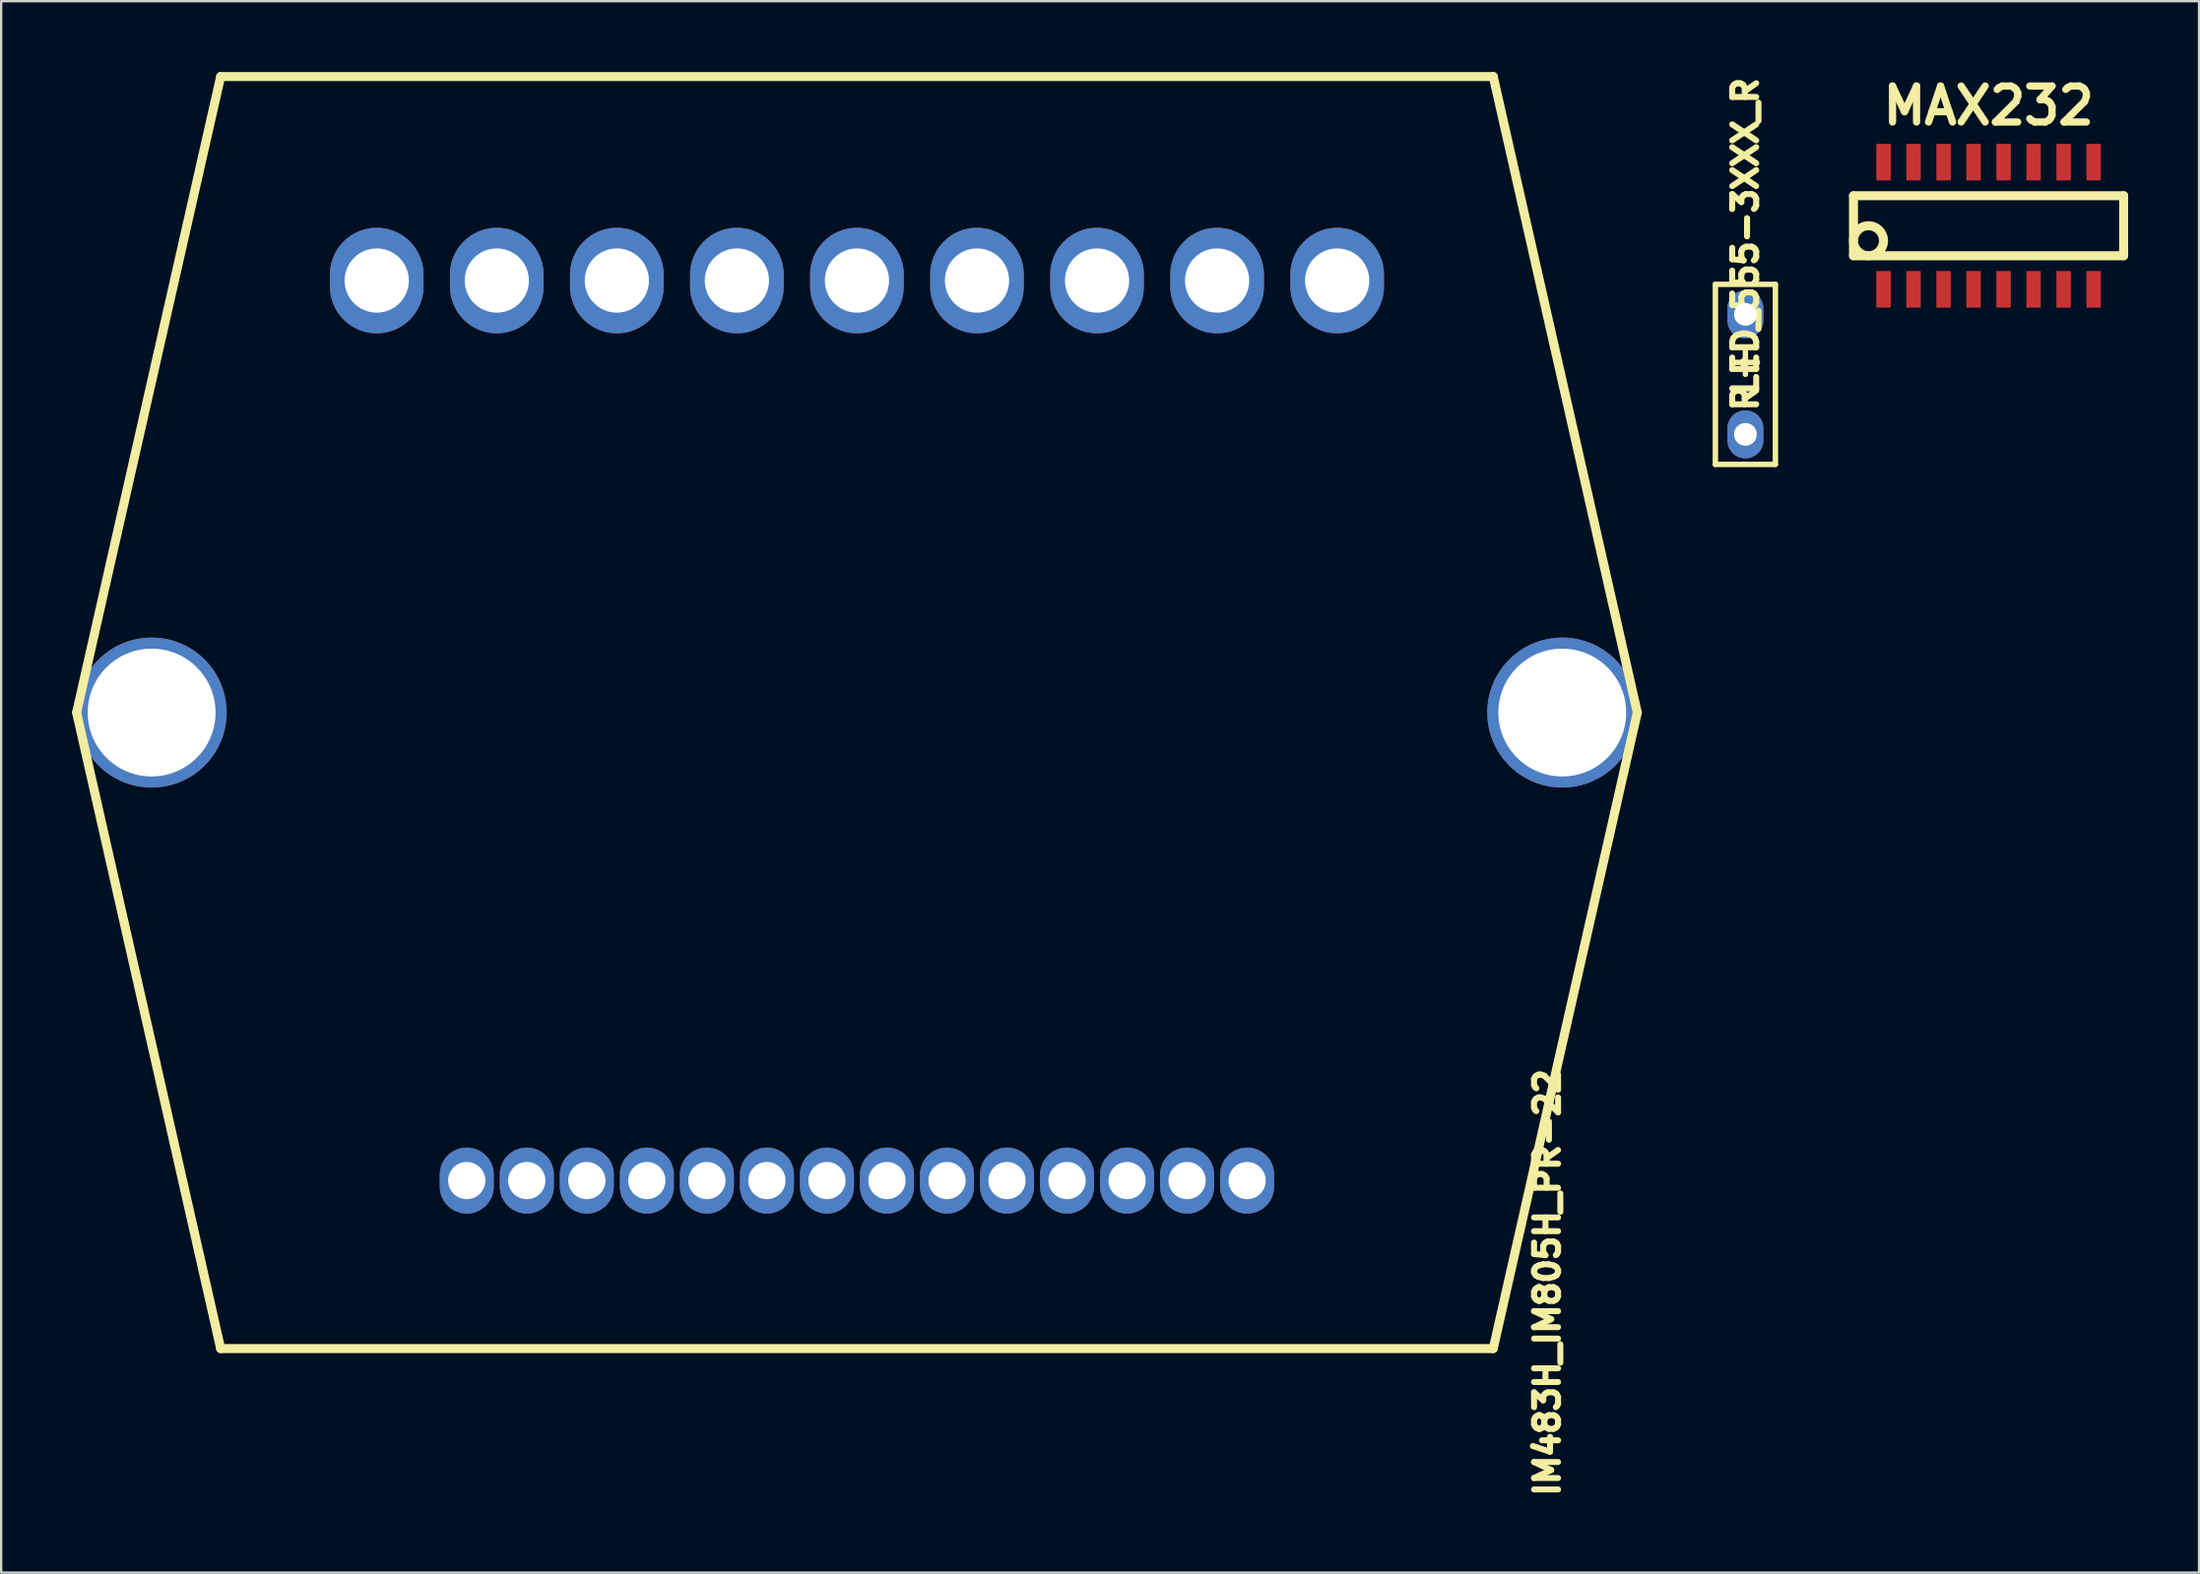
<source format=kicad_pcb>
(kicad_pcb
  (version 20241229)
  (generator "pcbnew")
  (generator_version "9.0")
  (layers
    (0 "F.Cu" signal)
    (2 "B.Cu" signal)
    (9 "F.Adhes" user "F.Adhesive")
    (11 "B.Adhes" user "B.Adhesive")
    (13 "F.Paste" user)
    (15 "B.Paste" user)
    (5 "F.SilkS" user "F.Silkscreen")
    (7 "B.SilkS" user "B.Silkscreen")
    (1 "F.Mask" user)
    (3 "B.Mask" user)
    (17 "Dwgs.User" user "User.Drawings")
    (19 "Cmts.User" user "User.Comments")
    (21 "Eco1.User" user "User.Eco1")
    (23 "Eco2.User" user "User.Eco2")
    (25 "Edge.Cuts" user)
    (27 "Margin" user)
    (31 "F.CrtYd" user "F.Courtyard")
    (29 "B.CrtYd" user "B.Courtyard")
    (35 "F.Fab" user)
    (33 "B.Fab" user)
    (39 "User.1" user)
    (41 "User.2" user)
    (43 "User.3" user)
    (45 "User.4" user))
  (footprint "IM483H_IM805H_PR-22"
    (layer "F.Cu")
    (at 33.211 27.114)
    (property "Reference" "IM483H_IM805H_PR-22" (at 29.21 24.13 90) (layer "F.SilkS") (effects (font (size 1.016 1.016) (thickness 0.254))))
    (attr through_hole)
    (fp_line (start -33.02 0) (end -26.924 -26.924) (stroke (width 0.381) (type solid)) (layer "F.SilkS"))
    (fp_line (start -26.924 -26.924) (end 26.924 -26.924) (stroke (width 0.381) (type solid)) (layer "F.SilkS"))
    (fp_line (start -26.924 26.924) (end -33.02 0) (stroke (width 0.381) (type solid)) (layer "F.SilkS"))
    (fp_line (start 26.924 -26.924) (end 33.02 0) (stroke (width 0.381) (type solid)) (layer "F.SilkS"))
    (fp_line (start 26.924 26.924) (end -26.924 26.924) (stroke (width 0.381) (type solid)) (layer "F.SilkS"))
    (fp_line (start 33.02 0) (end 26.924 26.924) (stroke (width 0.381) (type solid)) (layer "F.SilkS"))
    (pad "" np_thru_hole circle (at -29.845 0) (size 6.35 6.35) (drill 5.41) (layers "*.Cu" "*.Mask"))
    (pad "" np_thru_hole circle (at 29.845 0) (size 6.35 6.35) (drill 5.41) (layers "*.Cu" "*.Mask"))
    (pad "1_1" thru_hole oval (at 16.51 19.812) (size 2.286 2.794) (drill 1.575) (layers "*.Cu" "*.Mask"))
    (pad "1_2" thru_hole oval (at 13.97 19.812) (size 2.286 2.794) (drill 1.575) (layers "*.Cu" "*.Mask"))
    (pad "1_3" thru_hole oval (at 11.43 19.812) (size 2.286 2.794) (drill 1.575) (layers "*.Cu" "*.Mask"))
    (pad "1_4" thru_hole oval (at 8.89 19.812) (size 2.286 2.794) (drill 1.575) (layers "*.Cu" "*.Mask"))
    (pad "1_5" thru_hole oval (at 6.35 19.812) (size 2.286 2.794) (drill 1.575) (layers "*.Cu" "*.Mask"))
    (pad "1_6" thru_hole oval (at 3.81 19.812) (size 2.286 2.794) (drill 1.575) (layers "*.Cu" "*.Mask"))
    (pad "1_7" thru_hole oval (at 1.27 19.812) (size 2.286 2.794) (drill 1.575) (layers "*.Cu" "*.Mask"))
    (pad "1_8" thru_hole oval (at -1.27 19.812) (size 2.286 2.794) (drill 1.575) (layers "*.Cu" "*.Mask"))
    (pad "1_9" thru_hole oval (at -3.81 19.812) (size 2.286 2.794) (drill 1.575) (layers "*.Cu" "*.Mask"))
    (pad "1_10" thru_hole oval (at -6.35 19.812) (size 2.286 2.794) (drill 1.575) (layers "*.Cu" "*.Mask"))
    (pad "1_11" thru_hole oval (at -8.89 19.812) (size 2.286 2.794) (drill 1.575) (layers "*.Cu" "*.Mask"))
    (pad "1_12" thru_hole oval (at -11.43 19.812) (size 2.286 2.794) (drill 1.575) (layers "*.Cu" "*.Mask"))
    (pad "1_13" thru_hole oval (at -13.97 19.812) (size 2.286 2.794) (drill 1.575) (layers "*.Cu" "*.Mask"))
    (pad "1_14" thru_hole oval (at -16.51 19.812) (size 2.286 2.794) (drill 1.575) (layers "*.Cu" "*.Mask"))
    (pad "2_1" thru_hole oval (at -20.32 -18.288) (size 3.962 4.47) (drill 2.718) (layers "*.Cu" "*.Mask"))
    (pad "2_2" thru_hole oval (at -15.24 -18.288) (size 3.962 4.47) (drill 2.718) (layers "*.Cu" "*.Mask"))
    (pad "2_3" thru_hole oval (at -10.16 -18.288) (size 3.962 4.47) (drill 2.718) (layers "*.Cu" "*.Mask"))
    (pad "2_4" thru_hole oval (at -5.08 -18.288) (size 3.962 4.47) (drill 2.718) (layers "*.Cu" "*.Mask"))
    (pad "2_5" thru_hole oval (at 0 -18.288) (size 3.962 4.47) (drill 2.718) (layers "*.Cu" "*.Mask"))
    (pad "2_6" thru_hole oval (at 5.08 -18.288) (size 3.962 4.47) (drill 2.718) (layers "*.Cu" "*.Mask"))
    (pad "2_7" thru_hole oval (at 10.16 -18.288) (size 3.962 4.47) (drill 2.718) (layers "*.Cu" "*.Mask"))
    (pad "2_8" thru_hole oval (at 15.24 -18.288) (size 3.962 4.47) (drill 2.718) (layers "*.Cu" "*.Mask"))
    (pad "2_9" thru_hole oval (at 20.32 -18.288) (size 3.962 4.47) (drill 2.718) (layers "*.Cu" "*.Mask")))
  (footprint "MAX232"
    (layer "F.Cu")
    (at 81.095 6.506)
    (property "Reference" "MAX232" (at 0 -5.08 0) (layer "F.SilkS") (effects (font (size 1.524 1.524) (thickness 0.305))))
    (attr through_hole)
    (fp_line (start -5.715 -1.27) (end -5.715 1.27) (stroke (width 0.381) (type solid)) (layer "F.SilkS"))
    (fp_line (start -5.715 1.27) (end 5.715 1.27) (stroke (width 0.381) (type solid)) (layer "F.SilkS"))
    (fp_line (start 5.715 -1.27) (end -5.715 -1.27) (stroke (width 0.381) (type solid)) (layer "F.SilkS"))
    (fp_line (start 5.715 1.27) (end 5.715 -1.27) (stroke (width 0.381) (type solid)) (layer "F.SilkS"))
    (fp_circle (center -5.08 0.635) (end -5.08 0) (stroke (width 0.381) (type solid)) (fill no) (layer "F.SilkS"))
    (pad "1" smd rect (at -4.445 2.692) (size 0.61 1.549) (layers "F.Cu" "F.Mask" "F.Paste"))
    (pad "2" smd rect (at -3.175 2.692) (size 0.61 1.549) (layers "F.Cu" "F.Mask" "F.Paste"))
    (pad "3" smd rect (at -1.905 2.692) (size 0.61 1.549) (layers "F.Cu" "F.Mask" "F.Paste"))
    (pad "4" smd rect (at -0.635 2.692) (size 0.61 1.549) (layers "F.Cu" "F.Mask" "F.Paste"))
    (pad "5" smd rect (at 0.635 2.692) (size 0.61 1.549) (layers "F.Cu" "F.Mask" "F.Paste"))
    (pad "6" smd rect (at 1.905 2.692) (size 0.61 1.549) (layers "F.Cu" "F.Mask" "F.Paste"))
    (pad "7" smd rect (at 3.175 2.692) (size 0.61 1.549) (layers "F.Cu" "F.Mask" "F.Paste"))
    (pad "8" smd rect (at 4.445 2.692) (size 0.61 1.549) (layers "F.Cu" "F.Mask" "F.Paste"))
    (pad "9" smd rect (at 4.445 -2.692) (size 0.61 1.549) (layers "F.Cu" "F.Mask" "F.Paste"))
    (pad "10" smd rect (at 3.175 -2.692) (size 0.61 1.549) (layers "F.Cu" "F.Mask" "F.Paste"))
    (pad "11" smd rect (at 1.905 -2.692) (size 0.61 1.549) (layers "F.Cu" "F.Mask" "F.Paste"))
    (pad "12" smd rect (at 0.635 -2.692) (size 0.61 1.549) (layers "F.Cu" "F.Mask" "F.Paste"))
    (pad "13" smd rect (at -0.635 -2.692) (size 0.61 1.549) (layers "F.Cu" "F.Mask" "F.Paste"))
    (pad "14" smd rect (at -1.905 -2.692) (size 0.61 1.549) (layers "F.Cu" "F.Mask" "F.Paste"))
    (pad "15" smd rect (at -3.175 -2.692) (size 0.61 1.549) (layers "F.Cu" "F.Mask" "F.Paste"))
    (pad "16" smd rect (at -4.445 -2.692) (size 0.61 1.549) (layers "F.Cu" "F.Mask" "F.Paste")))
  (footprint "LED_555-3XXX_R"
    (layer "F.Cu")
    (at 70.805 12.798)
    (property "Reference" "LED_555-3XXX_R" (at 0 -5.842 90) (layer "F.SilkS") (effects (font (size 1.016 1.016) (thickness 0.254))))
    (attr through_hole)
    (fp_line (start -1.27 -3.81) (end 1.27 -3.81) (stroke (width 0.229) (type solid)) (layer "F.SilkS"))
    (fp_line (start -1.27 3.81) (end -1.27 -3.81) (stroke (width 0.229) (type solid)) (layer "F.SilkS"))
    (fp_line (start -0.508 -0.508) (end 0.508 -0.508) (stroke (width 0.229) (type solid)) (layer "F.SilkS"))
    (fp_line (start 0 0) (end 0 -1.016) (stroke (width 0.229) (type solid)) (layer "F.SilkS"))
    (fp_line (start 1.27 -3.81) (end 1.27 3.81) (stroke (width 0.229) (type solid)) (layer "F.SilkS"))
    (fp_line (start 1.27 3.81) (end -1.27 3.81) (stroke (width 0.229) (type solid)) (layer "F.SilkS"))
    (fp_text user "R" (at 0 1 90) (layer "F.SilkS") (effects (font (size 1.016 1.016) (thickness 0.254))))
    (pad "1" thru_hole oval (at 0 -2.54) (size 1.524 2.032) (drill 0.965) (layers "*.Cu" "*.Mask"))
    (pad "2" thru_hole oval (at 0 2.54) (size 1.524 2.032) (drill 0.965) (layers "*.Cu" "*.Mask")))
  (gr_rect
    (start -3 -3)
    (end 90.001 63.523)
    (stroke (width 0.1) (type default))
    (fill no)
    (layer "Edge.Cuts")))
</source>
